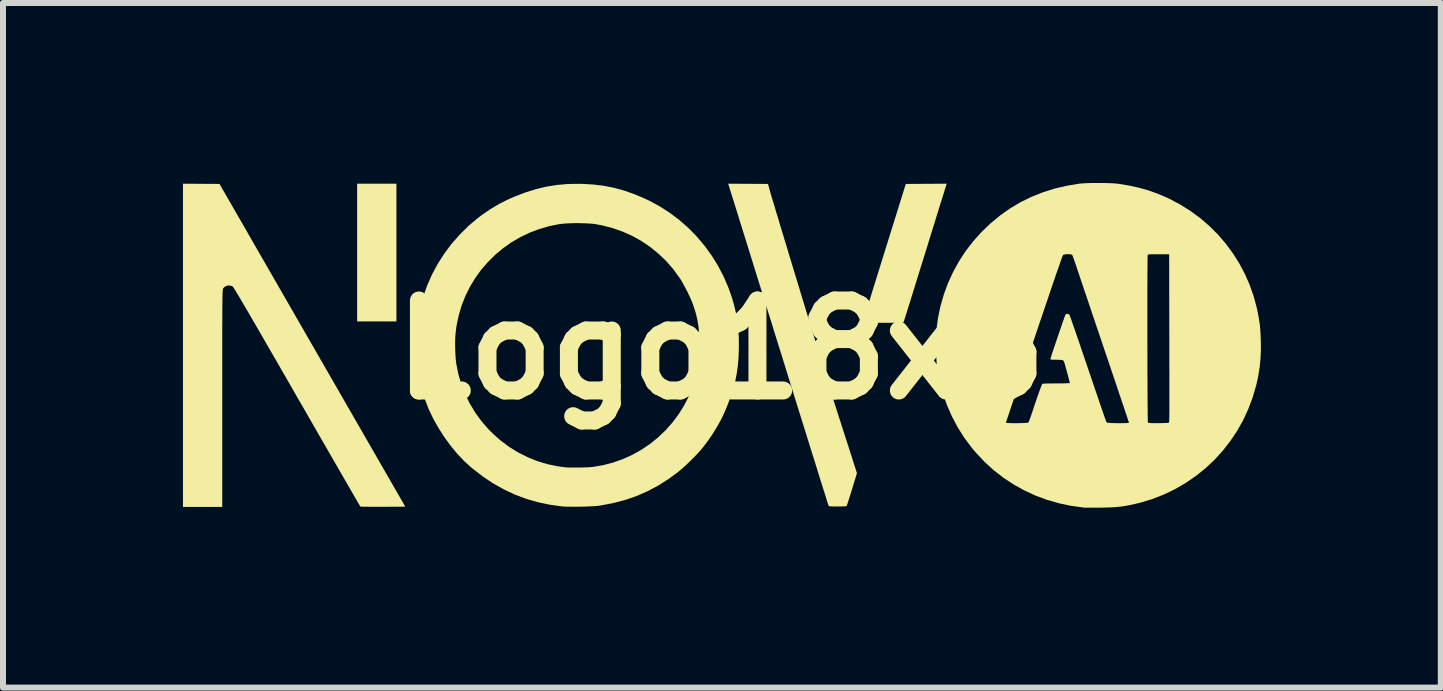
<source format=kicad_pcb>
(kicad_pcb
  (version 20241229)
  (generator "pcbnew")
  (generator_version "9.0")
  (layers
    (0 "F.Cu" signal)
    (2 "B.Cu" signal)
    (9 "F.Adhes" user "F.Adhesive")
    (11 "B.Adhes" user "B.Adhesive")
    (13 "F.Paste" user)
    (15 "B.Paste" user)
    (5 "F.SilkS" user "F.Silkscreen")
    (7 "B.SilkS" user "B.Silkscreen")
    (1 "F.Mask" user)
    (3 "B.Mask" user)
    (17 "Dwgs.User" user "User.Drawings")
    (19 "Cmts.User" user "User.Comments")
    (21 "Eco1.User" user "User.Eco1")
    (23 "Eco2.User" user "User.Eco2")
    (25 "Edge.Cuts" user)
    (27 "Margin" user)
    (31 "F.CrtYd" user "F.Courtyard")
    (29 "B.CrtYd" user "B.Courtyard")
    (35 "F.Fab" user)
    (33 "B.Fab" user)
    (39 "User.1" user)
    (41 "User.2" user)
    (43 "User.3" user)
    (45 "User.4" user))
  (footprint "Logo18x6"
    (layer "F.Cu")
    (at 8.969 2.781)
    (property "Reference" "Logo18x6" (at 0 0 0) (layer "F.SilkS") (effects (font (size 1.5 1.5) (thickness 0.3))))
    (attr board_only exclude_from_pos_files exclude_from_bom)
    (fp_poly (pts (xy -5.411 -1.621) (xy -5.411 -0.473) (xy -5.739 -0.473) (xy -6.066 -0.473) (xy -6.066 -1.621) (xy -6.066 -2.769) (xy -5.739 -2.769) (xy -5.411 -2.769)) (stroke (width 0) (type solid)) (fill yes) (layer "F.SilkS"))
    (fp_poly (pts (xy 3.755 -2.747) (xy 3.752 -2.737) (xy 3.744 -2.713) (xy 3.732 -2.676) (xy 3.717 -2.625) (xy 3.698 -2.564) (xy 3.675 -2.491) (xy 3.649 -2.409) (xy 3.621 -2.317) (xy 3.59 -2.217) (xy 3.557 -2.109) (xy 3.521 -1.995) (xy 3.484 -1.876) (xy 3.446 -1.751) (xy 3.406 -1.622) (xy 3.399 -1.601) (xy 3.359 -1.472) (xy 3.32 -1.347) (xy 3.283 -1.227) (xy 3.247 -1.112) (xy 3.214 -1.004) (xy 3.182 -0.903) (xy 3.154 -0.811) (xy 3.127 -0.727) (xy 3.104 -0.654) (xy 3.085 -0.591) (xy 3.069 -0.54) (xy 3.056 -0.501) (xy 3.048 -0.475) (xy 3.044 -0.464) (xy 3.044 -0.463) (xy 3.041 -0.46) (xy 3.036 -0.457) (xy 3.027 -0.455) (xy 3.013 -0.453) (xy 2.992 -0.452) (xy 2.963 -0.451) (xy 2.925 -0.45) (xy 2.876 -0.45) (xy 2.814 -0.45) (xy 2.739 -0.45) (xy 2.702 -0.45) (xy 2.631 -0.45) (xy 2.565 -0.45) (xy 2.505 -0.451) (xy 2.454 -0.452) (xy 2.413 -0.453) (xy 2.383 -0.454) (xy 2.367 -0.455) (xy 2.364 -0.456) (xy 2.366 -0.464) (xy 2.373 -0.486) (xy 2.383 -0.522) (xy 2.398 -0.57) (xy 2.416 -0.63) (xy 2.438 -0.701) (xy 2.463 -0.782) (xy 2.491 -0.873) (xy 2.521 -0.972) (xy 2.554 -1.078) (xy 2.59 -1.192) (xy 2.627 -1.311) (xy 2.666 -1.436) (xy 2.706 -1.565) (xy 2.721 -1.613) (xy 3.08 -2.765) (xy 3.421 -2.767) (xy 3.762 -2.769)) (stroke (width 0) (type solid)) (fill yes) (layer "F.SilkS"))
    (fp_poly (pts (xy -8.665 -2.767) (xy -8.36 -2.765) (xy -6.812 -0.075) (xy -5.263 2.615) (xy -5.635 2.617) (xy -5.712 2.617) (xy -5.783 2.617) (xy -5.848 2.617) (xy -5.904 2.616) (xy -5.95 2.616) (xy -5.984 2.615) (xy -6.006 2.613) (xy -6.013 2.612) (xy -6.017 2.605) (xy -6.029 2.584) (xy -6.049 2.551) (xy -6.075 2.506) (xy -6.107 2.45) (xy -6.146 2.383) (xy -6.191 2.305) (xy -6.242 2.218) (xy -6.297 2.121) (xy -6.358 2.016) (xy -6.423 1.903) (xy -6.493 1.782) (xy -6.566 1.655) (xy -6.643 1.521) (xy -6.724 1.381) (xy -6.807 1.237) (xy -6.893 1.087) (xy -6.981 0.934) (xy -7.068 0.784) (xy -7.179 0.59) (xy -7.283 0.409) (xy -7.38 0.241) (xy -7.47 0.085) (xy -7.553 -0.058) (xy -7.629 -0.19) (xy -7.699 -0.311) (xy -7.762 -0.421) (xy -7.82 -0.52) (xy -7.872 -0.61) (xy -7.919 -0.69) (xy -7.96 -0.761) (xy -7.997 -0.823) (xy -8.028 -0.876) (xy -8.056 -0.922) (xy -8.079 -0.96) (xy -8.098 -0.992) (xy -8.113 -1.016) (xy -8.125 -1.034) (xy -8.134 -1.047) (xy -8.139 -1.054) (xy -8.141 -1.055) (xy -8.176 -1.07) (xy -8.214 -1.073) (xy -8.25 -1.064) (xy -8.282 -1.043) (xy -8.299 -1.023) (xy -8.3 -1.02) (xy -8.302 -1.016) (xy -8.303 -1.012) (xy -8.305 -1.005) (xy -8.306 -0.995) (xy -8.307 -0.983) (xy -8.308 -0.967) (xy -8.309 -0.947) (xy -8.31 -0.921) (xy -8.31 -0.891) (xy -8.311 -0.854) (xy -8.312 -0.81) (xy -8.312 -0.759) (xy -8.313 -0.7) (xy -8.313 -0.632) (xy -8.313 -0.556) (xy -8.313 -0.469) (xy -8.314 -0.372) (xy -8.314 -0.264) (xy -8.314 -0.144) (xy -8.314 -0.012) (xy -8.314 0.132) (xy -8.314 0.29) (xy -8.314 0.463) (xy -8.314 0.65) (xy -8.314 0.811) (xy -8.314 2.619) (xy -8.642 2.619) (xy -8.969 2.619) (xy -8.969 -0.075) (xy -8.969 -2.769)) (stroke (width 0) (type solid)) (fill yes) (layer "F.SilkS"))
    (fp_poly (pts (xy 0.451 -2.767) (xy 0.783 -2.765) (xy 0.817 -2.643) (xy 0.824 -2.616) (xy 0.836 -2.575) (xy 0.852 -2.521) (xy 0.872 -2.455) (xy 0.896 -2.377) (xy 0.922 -2.288) (xy 0.952 -2.19) (xy 0.984 -2.082) (xy 1.019 -1.967) (xy 1.056 -1.845) (xy 1.095 -1.717) (xy 1.135 -1.583) (xy 1.177 -1.445) (xy 1.22 -1.303) (xy 1.264 -1.159) (xy 1.308 -1.014) (xy 1.352 -0.867) (xy 1.397 -0.72) (xy 1.441 -0.575) (xy 1.485 -0.431) (xy 1.528 -0.29) (xy 1.57 -0.153) (xy 1.61 -0.02) (xy 1.649 0.107) (xy 1.686 0.228) (xy 1.721 0.341) (xy 1.753 0.447) (xy 1.783 0.543) (xy 1.81 0.63) (xy 1.833 0.706) (xy 1.853 0.77) (xy 1.869 0.822) (xy 1.881 0.86) (xy 1.883 0.864) (xy 1.908 0.943) (xy 1.936 1.029) (xy 1.964 1.118) (xy 1.993 1.206) (xy 2.019 1.289) (xy 2.043 1.363) (xy 2.059 1.412) (xy 2.082 1.484) (xy 2.108 1.563) (xy 2.134 1.644) (xy 2.159 1.723) (xy 2.183 1.796) (xy 2.201 1.855) (xy 2.266 2.057) (xy 2.186 2.316) (xy 2.167 2.378) (xy 2.149 2.436) (xy 2.133 2.487) (xy 2.119 2.53) (xy 2.108 2.564) (xy 2.101 2.586) (xy 2.098 2.593) (xy 2.095 2.599) (xy 2.09 2.604) (xy 2.082 2.607) (xy 2.067 2.609) (xy 2.044 2.61) (xy 2.01 2.611) (xy 1.964 2.611) (xy 1.944 2.611) (xy 1.893 2.611) (xy 1.855 2.611) (xy 1.829 2.61) (xy 1.811 2.608) (xy 1.801 2.605) (xy 1.795 2.601) (xy 1.792 2.596) (xy 1.791 2.593) (xy 1.788 2.584) (xy 1.78 2.561) (xy 1.768 2.524) (xy 1.753 2.473) (xy 1.733 2.41) (xy 1.709 2.334) (xy 1.681 2.246) (xy 1.65 2.147) (xy 1.616 2.037) (xy 1.579 1.917) (xy 1.538 1.787) (xy 1.495 1.649) (xy 1.449 1.501) (xy 1.401 1.346) (xy 1.35 1.183) (xy 1.297 1.014) (xy 1.242 0.838) (xy 1.186 0.656) (xy 1.127 0.469) (xy 1.068 0.277) (xy 1.007 0.08) (xy 0.958 -0.075) (xy 0.896 -0.274) (xy 0.836 -0.469) (xy 0.776 -0.66) (xy 0.718 -0.847) (xy 0.662 -1.027) (xy 0.607 -1.202) (xy 0.555 -1.371) (xy 0.505 -1.532) (xy 0.457 -1.686) (xy 0.412 -1.831) (xy 0.369 -1.968) (xy 0.329 -2.096) (xy 0.293 -2.214) (xy 0.259 -2.322) (xy 0.229 -2.418) (xy 0.202 -2.504) (xy 0.179 -2.577) (xy 0.16 -2.638) (xy 0.145 -2.686) (xy 0.135 -2.721) (xy 0.128 -2.741) (xy 0.126 -2.747) (xy 0.119 -2.769)) (stroke (width 0) (type solid)) (fill yes) (layer "F.SilkS"))
    (fp_poly (pts (xy -2.319 -2.766) (xy -2.136 -2.756) (xy -1.961 -2.735) (xy -1.791 -2.702) (xy -1.624 -2.657) (xy -1.457 -2.599) (xy -1.287 -2.528) (xy -1.195 -2.485) (xy -1.02 -2.39) (xy -0.852 -2.282) (xy -0.693 -2.162) (xy -0.543 -2.03) (xy -0.403 -1.887) (xy -0.274 -1.734) (xy -0.156 -1.571) (xy -0.05 -1.401) (xy 0.043 -1.222) (xy 0.123 -1.036) (xy 0.173 -0.897) (xy 0.215 -0.757) (xy 0.247 -0.621) (xy 0.272 -0.487) (xy 0.288 -0.35) (xy 0.296 -0.206) (xy 0.298 -0.053) (xy 0.297 -0.02) (xy 0.292 0.125) (xy 0.281 0.26) (xy 0.263 0.389) (xy 0.239 0.515) (xy 0.207 0.64) (xy 0.166 0.768) (xy 0.116 0.902) (xy 0.064 1.029) (xy 0.007 1.151) (xy -0.062 1.276) (xy -0.138 1.401) (xy -0.222 1.522) (xy -0.297 1.621) (xy -0.342 1.675) (xy -0.397 1.736) (xy -0.459 1.8) (xy -0.524 1.864) (xy -0.589 1.926) (xy -0.651 1.982) (xy -0.707 2.029) (xy -0.711 2.033) (xy -0.878 2.156) (xy -1.049 2.264) (xy -1.226 2.358) (xy -1.409 2.438) (xy -1.599 2.503) (xy -1.796 2.555) (xy -2.001 2.594) (xy -2.043 2.6) (xy -2.082 2.604) (xy -2.133 2.607) (xy -2.194 2.61) (xy -2.261 2.613) (xy -2.332 2.615) (xy -2.404 2.616) (xy -2.473 2.616) (xy -2.537 2.615) (xy -2.592 2.614) (xy -2.635 2.612) (xy -2.646 2.611) (xy -2.854 2.582) (xy -3.054 2.54) (xy -3.248 2.484) (xy -3.436 2.414) (xy -3.618 2.328) (xy -3.795 2.229) (xy -3.968 2.114) (xy -4.136 1.984) (xy -4.169 1.957) (xy -4.286 1.85) (xy -4.4 1.729) (xy -4.509 1.597) (xy -4.612 1.456) (xy -4.707 1.308) (xy -4.793 1.156) (xy -4.867 1.002) (xy -4.881 0.97) (xy -4.949 0.791) (xy -5.004 0.604) (xy -5.045 0.411) (xy -5.072 0.215) (xy -5.086 0.016) (xy -5.085 -0.138) (xy -4.432 -0.138) (xy -4.432 -0.063) (xy -4.43 0.014) (xy -4.427 0.089) (xy -4.422 0.158) (xy -4.415 0.216) (xy -4.414 0.229) (xy -4.379 0.404) (xy -4.329 0.575) (xy -4.265 0.74) (xy -4.187 0.898) (xy -4.095 1.05) (xy -3.99 1.194) (xy -3.871 1.33) (xy -3.813 1.388) (xy -3.678 1.509) (xy -3.535 1.616) (xy -3.385 1.709) (xy -3.227 1.789) (xy -3.064 1.855) (xy -2.895 1.906) (xy -2.721 1.942) (xy -2.595 1.959) (xy -2.559 1.961) (xy -2.511 1.963) (xy -2.454 1.963) (xy -2.392 1.963) (xy -2.329 1.962) (xy -2.267 1.96) (xy -2.211 1.958) (xy -2.165 1.955) (xy -2.137 1.952) (xy -1.965 1.923) (xy -1.797 1.879) (xy -1.634 1.821) (xy -1.477 1.75) (xy -1.328 1.666) (xy -1.185 1.57) (xy -1.052 1.463) (xy -0.927 1.344) (xy -0.813 1.216) (xy -0.709 1.078) (xy -0.617 0.931) (xy -0.537 0.776) (xy -0.47 0.613) (xy -0.453 0.564) (xy -0.42 0.455) (xy -0.394 0.35) (xy -0.375 0.245) (xy -0.363 0.138) (xy -0.357 0.023) (xy -0.357 -0.103) (xy -0.357 -0.118) (xy -0.362 -0.252) (xy -0.374 -0.374) (xy -0.392 -0.49) (xy -0.418 -0.601) (xy -0.452 -0.712) (xy -0.469 -0.762) (xy -0.491 -0.818) (xy -0.52 -0.882) (xy -0.553 -0.952) (xy -0.589 -1.022) (xy -0.625 -1.089) (xy -0.659 -1.15) (xy -0.69 -1.198) (xy -0.796 -1.344) (xy -0.914 -1.479) (xy -1.042 -1.602) (xy -1.18 -1.714) (xy -1.326 -1.813) (xy -1.481 -1.899) (xy -1.642 -1.971) (xy -1.811 -2.03) (xy -1.985 -2.075) (xy -2.098 -2.096) (xy -2.149 -2.102) (xy -2.212 -2.106) (xy -2.284 -2.109) (xy -2.36 -2.111) (xy -2.438 -2.111) (xy -2.515 -2.109) (xy -2.585 -2.106) (xy -2.647 -2.101) (xy -2.69 -2.096) (xy -2.865 -2.061) (xy -3.033 -2.012) (xy -3.196 -1.95) (xy -3.351 -1.875) (xy -3.499 -1.788) (xy -3.638 -1.69) (xy -3.768 -1.58) (xy -3.888 -1.461) (xy -3.999 -1.333) (xy -4.098 -1.195) (xy -4.186 -1.05) (xy -4.261 -0.898) (xy -4.324 -0.738) (xy -4.373 -0.573) (xy -4.409 -0.402) (xy -4.426 -0.265) (xy -4.43 -0.207) (xy -4.432 -0.138) (xy -5.085 -0.138) (xy -5.085 -0.184) (xy -5.07 -0.383) (xy -5.056 -0.489) (xy -5.018 -0.689) (xy -4.965 -0.884) (xy -4.898 -1.074) (xy -4.816 -1.258) (xy -4.721 -1.435) (xy -4.613 -1.604) (xy -4.492 -1.766) (xy -4.358 -1.918) (xy -4.213 -2.062) (xy -4.056 -2.195) (xy -3.99 -2.245) (xy -3.846 -2.344) (xy -3.696 -2.433) (xy -3.536 -2.513) (xy -3.431 -2.558) (xy -3.253 -2.626) (xy -3.079 -2.68) (xy -2.907 -2.721) (xy -2.732 -2.748) (xy -2.554 -2.764) (xy -2.369 -2.767)) (stroke (width 0) (type solid)) (fill yes) (layer "F.SilkS"))
    (fp_poly (pts (xy 6.369 -2.781) (xy 6.446 -2.779) (xy 6.518 -2.776) (xy 6.58 -2.772) (xy 6.63 -2.767) (xy 6.633 -2.766) (xy 6.807 -2.737) (xy 6.97 -2.701) (xy 7.125 -2.657) (xy 7.276 -2.603) (xy 7.426 -2.54) (xy 7.474 -2.517) (xy 7.655 -2.421) (xy 7.827 -2.313) (xy 7.99 -2.193) (xy 8.142 -2.062) (xy 8.284 -1.92) (xy 8.414 -1.769) (xy 8.533 -1.608) (xy 8.639 -1.44) (xy 8.733 -1.263) (xy 8.813 -1.079) (xy 8.88 -0.889) (xy 8.932 -0.694) (xy 8.945 -0.631) (xy 8.961 -0.549) (xy 8.973 -0.474) (xy 8.983 -0.403) (xy 8.989 -0.331) (xy 8.994 -0.254) (xy 8.997 -0.166) (xy 8.998 -0.146) (xy 8.999 0.01) (xy 8.992 0.155) (xy 8.978 0.294) (xy 8.956 0.432) (xy 8.926 0.571) (xy 8.92 0.595) (xy 8.862 0.793) (xy 8.79 0.985) (xy 8.705 1.17) (xy 8.606 1.347) (xy 8.493 1.516) (xy 8.369 1.676) (xy 8.232 1.827) (xy 8.084 1.967) (xy 7.924 2.097) (xy 7.915 2.103) (xy 7.745 2.22) (xy 7.567 2.323) (xy 7.382 2.412) (xy 7.191 2.487) (xy 6.994 2.547) (xy 6.872 2.576) (xy 6.803 2.591) (xy 6.741 2.602) (xy 6.682 2.611) (xy 6.624 2.618) (xy 6.564 2.623) (xy 6.497 2.627) (xy 6.422 2.629) (xy 6.335 2.631) (xy 6.322 2.631) (xy 6.26 2.631) (xy 6.202 2.631) (xy 6.149 2.631) (xy 6.105 2.631) (xy 6.072 2.631) (xy 6.05 2.63) (xy 6.046 2.63) (xy 5.836 2.601) (xy 5.632 2.558) (xy 5.434 2.501) (xy 5.242 2.43) (xy 5.058 2.345) (xy 4.881 2.247) (xy 4.712 2.136) (xy 4.551 2.012) (xy 4.4 1.875) (xy 4.259 1.726) (xy 4.172 1.624) (xy 4.049 1.457) (xy 3.94 1.283) (xy 3.904 1.215) (xy 4.749 1.215) (xy 4.756 1.218) (xy 4.777 1.22) (xy 4.808 1.222) (xy 4.847 1.223) (xy 4.891 1.223) (xy 4.937 1.223) (xy 4.984 1.222) (xy 5.027 1.221) (xy 5.066 1.219) (xy 5.096 1.217) (xy 5.115 1.215) (xy 5.121 1.213) (xy 5.127 1.203) (xy 5.137 1.18) (xy 5.15 1.147) (xy 5.165 1.105) (xy 5.181 1.058) (xy 5.19 1.033) (xy 5.225 0.926) (xy 5.257 0.832) (xy 5.285 0.752) (xy 5.308 0.686) (xy 5.327 0.634) (xy 5.342 0.597) (xy 5.352 0.574) (xy 5.357 0.567) (xy 5.368 0.565) (xy 5.392 0.564) (xy 5.427 0.562) (xy 5.472 0.561) (xy 5.525 0.561) (xy 5.582 0.56) (xy 5.591 0.56) (xy 5.664 0.56) (xy 5.723 0.559) (xy 5.766 0.558) (xy 5.795 0.556) (xy 5.811 0.554) (xy 5.814 0.552) (xy 5.812 0.542) (xy 5.806 0.519) (xy 5.798 0.486) (xy 5.787 0.444) (xy 5.774 0.395) (xy 5.765 0.361) (xy 5.749 0.304) (xy 5.737 0.259) (xy 5.727 0.226) (xy 5.719 0.203) (xy 5.712 0.188) (xy 5.706 0.179) (xy 5.7 0.174) (xy 5.697 0.173) (xy 5.682 0.17) (xy 5.655 0.168) (xy 5.62 0.166) (xy 5.584 0.166) (xy 5.543 0.165) (xy 5.516 0.164) (xy 5.499 0.162) (xy 5.492 0.158) (xy 5.49 0.154) (xy 5.493 0.144) (xy 5.5 0.121) (xy 5.511 0.086) (xy 5.525 0.042) (xy 5.542 -0.01) (xy 5.562 -0.068) (xy 5.583 -0.13) (xy 5.605 -0.195) (xy 5.627 -0.26) (xy 5.649 -0.324) (xy 5.67 -0.385) (xy 5.689 -0.441) (xy 5.707 -0.49) (xy 5.721 -0.532) (xy 5.733 -0.563) (xy 5.74 -0.583) (xy 5.743 -0.588) (xy 5.76 -0.598) (xy 5.782 -0.598) (xy 5.802 -0.589) (xy 5.809 -0.582) (xy 5.813 -0.572) (xy 5.821 -0.548) (xy 5.835 -0.512) (xy 5.852 -0.463) (xy 5.872 -0.403) (xy 5.897 -0.334) (xy 5.924 -0.255) (xy 5.954 -0.168) (xy 5.986 -0.074) (xy 6.02 0.027) (xy 6.056 0.132) (xy 6.094 0.242) (xy 6.101 0.264) (xy 6.148 0.402) (xy 6.19 0.526) (xy 6.227 0.636) (xy 6.261 0.733) (xy 6.29 0.819) (xy 6.315 0.894) (xy 6.337 0.958) (xy 6.356 1.013) (xy 6.372 1.059) (xy 6.385 1.097) (xy 6.396 1.128) (xy 6.405 1.153) (xy 6.412 1.172) (xy 6.418 1.186) (xy 6.422 1.196) (xy 6.425 1.203) (xy 6.428 1.207) (xy 6.43 1.209) (xy 6.432 1.211) (xy 6.434 1.212) (xy 6.435 1.213) (xy 6.446 1.216) (xy 6.47 1.218) (xy 6.503 1.22) (xy 6.544 1.222) (xy 6.588 1.223) (xy 6.635 1.223) (xy 6.68 1.223) (xy 6.722 1.222) (xy 6.757 1.221) (xy 6.783 1.219) (xy 6.798 1.216) (xy 6.8 1.214) (xy 6.797 1.206) (xy 6.79 1.184) (xy 6.778 1.148) (xy 6.762 1.1) (xy 6.742 1.04) (xy 6.718 0.969) (xy 6.691 0.887) (xy 6.66 0.797) (xy 6.627 0.698) (xy 6.591 0.591) (xy 6.553 0.477) (xy 6.512 0.357) (xy 6.47 0.231) (xy 6.426 0.101) (xy 6.392 0.002) (xy 6.346 -0.135) (xy 6.301 -0.269) (xy 6.256 -0.4) (xy 6.213 -0.528) (xy 6.195 -0.581) (xy 7.107 -0.581) (xy 7.107 -0.456) (xy 7.107 -0.328) (xy 7.107 -0.2) (xy 7.107 -0.071) (xy 7.108 0.057) (xy 7.108 0.183) (xy 7.108 0.306) (xy 7.108 0.425) (xy 7.109 0.54) (xy 7.109 0.649) (xy 7.11 0.751) (xy 7.11 0.845) (xy 7.111 0.931) (xy 7.112 1.006) (xy 7.112 1.072) (xy 7.113 1.125) (xy 7.114 1.166) (xy 7.114 1.194) (xy 7.115 1.207) (xy 7.115 1.207) (xy 7.119 1.213) (xy 7.125 1.216) (xy 7.136 1.219) (xy 7.153 1.221) (xy 7.178 1.222) (xy 7.215 1.222) (xy 7.264 1.223) (xy 7.287 1.223) (xy 7.337 1.222) (xy 7.382 1.221) (xy 7.419 1.22) (xy 7.446 1.218) (xy 7.461 1.216) (xy 7.462 1.215) (xy 7.464 1.214) (xy 7.465 1.214) (xy 7.466 1.213) (xy 7.467 1.211) (xy 7.468 1.207) (xy 7.469 1.201) (xy 7.47 1.193) (xy 7.471 1.18) (xy 7.472 1.164) (xy 7.472 1.142) (xy 7.473 1.115) (xy 7.473 1.083) (xy 7.473 1.043) (xy 7.474 0.996) (xy 7.474 0.942) (xy 7.474 0.879) (xy 7.474 0.806) (xy 7.474 0.724) (xy 7.474 0.632) (xy 7.474 0.528) (xy 7.474 0.413) (xy 7.473 0.286) (xy 7.473 0.146) (xy 7.473 -0.008) (xy 7.473 -0.176) (xy 7.472 -0.359) (xy 7.472 -0.487) (xy 7.47 -1.593) (xy 7.293 -1.593) (xy 7.236 -1.593) (xy 7.191 -1.593) (xy 7.159 -1.592) (xy 7.137 -1.59) (xy 7.123 -1.588) (xy 7.116 -1.585) (xy 7.112 -1.581) (xy 7.112 -1.581) (xy 7.111 -1.571) (xy 7.111 -1.546) (xy 7.11 -1.508) (xy 7.109 -1.457) (xy 7.109 -1.394) (xy 7.108 -1.32) (xy 7.108 -1.236) (xy 7.108 -1.144) (xy 7.107 -1.043) (xy 7.107 -0.936) (xy 7.107 -0.822) (xy 7.107 -0.704) (xy 7.107 -0.581) (xy 6.195 -0.581) (xy 6.172 -0.65) (xy 6.133 -0.767) (xy 6.096 -0.876) (xy 6.061 -0.978) (xy 6.03 -1.071) (xy 6.002 -1.155) (xy 5.977 -1.228) (xy 5.957 -1.289) (xy 5.94 -1.338) (xy 5.929 -1.373) (xy 5.925 -1.385) (xy 5.907 -1.437) (xy 5.891 -1.484) (xy 5.877 -1.524) (xy 5.865 -1.555) (xy 5.857 -1.575) (xy 5.854 -1.581) (xy 5.839 -1.588) (xy 5.814 -1.593) (xy 5.783 -1.595) (xy 5.752 -1.593) (xy 5.724 -1.589) (xy 5.705 -1.583) (xy 5.701 -1.58) (xy 5.697 -1.57) (xy 5.687 -1.547) (xy 5.674 -1.511) (xy 5.657 -1.464) (xy 5.637 -1.406) (xy 5.614 -1.34) (xy 5.588 -1.267) (xy 5.561 -1.187) (xy 5.532 -1.102) (xy 5.507 -1.029) (xy 5.479 -0.945) (xy 5.446 -0.848) (xy 5.409 -0.74) (xy 5.369 -0.622) (xy 5.327 -0.498) (xy 5.283 -0.368) (xy 5.238 -0.234) (xy 5.192 -0.099) (xy 5.146 0.036) (xy 5.102 0.168) (xy 5.058 0.296) (xy 5.037 0.357) (xy 4.999 0.469) (xy 4.963 0.576) (xy 4.928 0.679) (xy 4.896 0.775) (xy 4.866 0.864) (xy 4.838 0.945) (xy 4.814 1.018) (xy 4.793 1.081) (xy 4.776 1.132) (xy 4.762 1.173) (xy 4.753 1.2) (xy 4.749 1.214) (xy 4.749 1.215) (xy 3.904 1.215) (xy 3.845 1.102) (xy 3.763 0.914) (xy 3.696 0.718) (xy 3.643 0.515) (xy 3.604 0.312) (xy 3.597 0.255) (xy 3.592 0.185) (xy 3.587 0.108) (xy 3.584 0.025) (xy 3.582 -0.06) (xy 3.582 -0.142) (xy 3.583 -0.219) (xy 3.586 -0.287) (xy 3.589 -0.317) (xy 3.615 -0.522) (xy 3.657 -0.723) (xy 3.713 -0.92) (xy 3.783 -1.111) (xy 3.868 -1.296) (xy 3.966 -1.474) (xy 4.077 -1.645) (xy 4.202 -1.807) (xy 4.339 -1.96) (xy 4.35 -1.971) (xy 4.5 -2.114) (xy 4.658 -2.244) (xy 4.823 -2.36) (xy 4.995 -2.462) (xy 5.176 -2.55) (xy 5.364 -2.625) (xy 5.56 -2.687) (xy 5.765 -2.735) (xy 5.949 -2.766) (xy 5.997 -2.772) (xy 6.059 -2.776) (xy 6.13 -2.779) (xy 6.207 -2.781) (xy 6.288 -2.781)) (stroke (width 0) (type solid)) (fill yes) (layer "F.SilkS")))
  (gr_rect
    (start -3 -3)
    (end 20.967 8.412)
    (stroke (width 0.1) (type default))
    (fill no)
    (layer "Edge.Cuts")))
</source>
